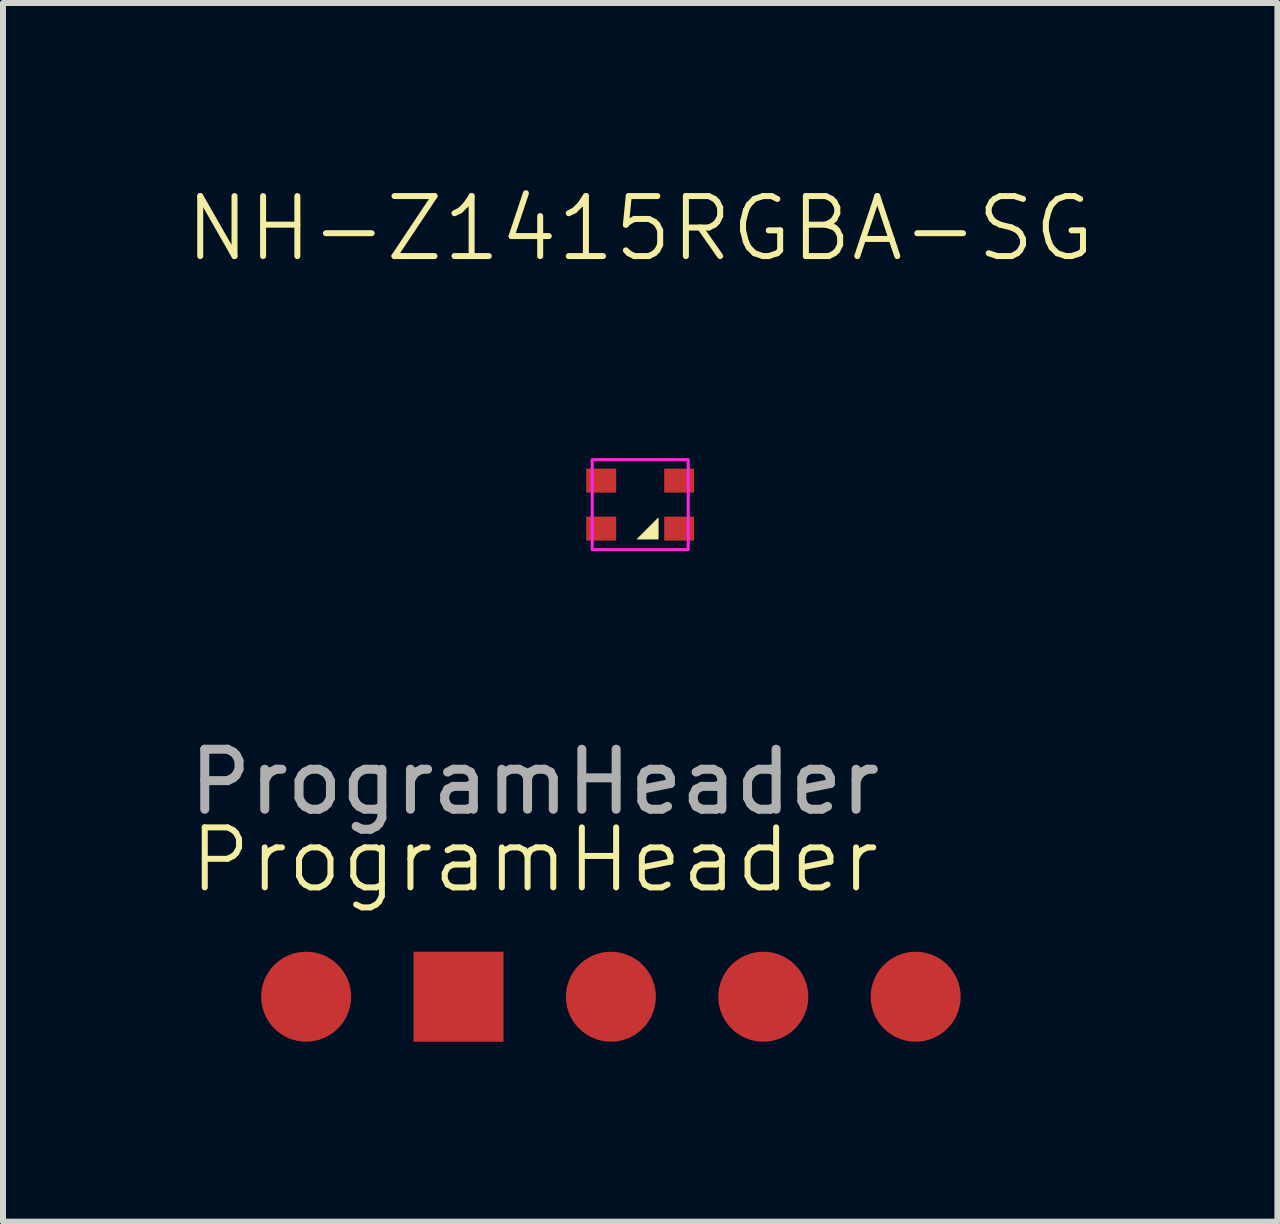
<source format=kicad_pcb>
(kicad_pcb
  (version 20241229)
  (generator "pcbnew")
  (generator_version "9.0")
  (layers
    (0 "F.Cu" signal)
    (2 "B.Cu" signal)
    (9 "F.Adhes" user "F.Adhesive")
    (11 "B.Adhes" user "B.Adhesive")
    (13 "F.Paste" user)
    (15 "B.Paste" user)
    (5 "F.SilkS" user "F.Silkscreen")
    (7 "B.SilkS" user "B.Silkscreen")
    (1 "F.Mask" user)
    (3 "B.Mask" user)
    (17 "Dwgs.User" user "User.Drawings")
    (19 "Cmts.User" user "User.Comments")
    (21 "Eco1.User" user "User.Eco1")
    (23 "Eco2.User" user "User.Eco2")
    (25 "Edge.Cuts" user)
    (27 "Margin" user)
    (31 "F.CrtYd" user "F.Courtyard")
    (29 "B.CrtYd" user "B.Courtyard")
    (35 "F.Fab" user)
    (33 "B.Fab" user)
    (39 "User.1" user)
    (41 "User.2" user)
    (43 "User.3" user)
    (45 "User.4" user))
  (footprint "ProgramHeader"
    (layer "F.Cu")
    (at 5.863 13.564)
    (property "Reference" "ProgramHeader" (at 0 -2.28 0) (unlocked yes) (layer "F.SilkS") (effects (font (size 1 1) (thickness 0.1))))
    (attr smd)
    (fp_text user "${REFERENCE}" (at 0 -3.58 0) (unlocked yes) (layer "F.Fab") (effects (font (size 1 1) (thickness 0.15))))
    (pad "1" smd circle (at -3.81 0) (size 1.5 1.5) (layers "F.Cu" "F.Mask" "F.Paste"))
    (pad "2" smd rect (at -1.27 0) (size 1.5 1.5) (layers "F.Cu" "F.Mask" "F.Paste"))
    (pad "3" smd circle (at 1.27 0) (size 1.5 1.5) (layers "F.Cu" "F.Mask" "F.Paste"))
    (pad "4" smd circle (at 3.81 0) (size 1.5 1.5) (layers "F.Cu" "F.Mask" "F.Paste"))
    (pad "5" smd circle (at 6.35 0) (size 1.5 1.5) (layers "F.Cu" "F.Mask" "F.Paste")))
  (footprint "NH-Z1415RGBA-SG"
    (layer "F.Cu")
    (at 7.621 5.361)
    (property "Reference" "NH-Z1415RGBA-SG" (at 0 -4.6 0) (unlocked yes) (layer "F.SilkS") (effects (font (size 1 1) (thickness 0.1))))
    (attr smd)
    (fp_poly (pts (xy 0.3 0.225) (xy -0.05 0.575) (xy 0.3 0.575)) (stroke (width 0.01) (type solid)) (fill yes) (layer "F.SilkS"))
    (fp_rect (start -0.8 -0.75) (end 0.8 0.75) (stroke (width 0.05) (type default)) (fill no) (layer "F.CrtYd"))
    (pad "1" smd rect (at 0.65 -0.4) (size 0.5 0.4) (layers "F.Cu" "F.Mask" "F.Paste"))
    (pad "2" smd rect (at 0.65 0.4) (size 0.5 0.4) (layers "F.Cu" "F.Mask" "F.Paste"))
    (pad "3" smd rect (at -0.65 0.4) (size 0.5 0.4) (layers "F.Cu" "F.Mask" "F.Paste"))
    (pad "4" smd rect (at -0.65 -0.4) (size 0.5 0.4) (layers "F.Cu" "F.Mask" "F.Paste")))
  (gr_rect
    (start -3 -3)
    (end 18.243 17.314)
    (stroke (width 0.1) (type default))
    (fill no)
    (layer "Edge.Cuts")))
</source>
